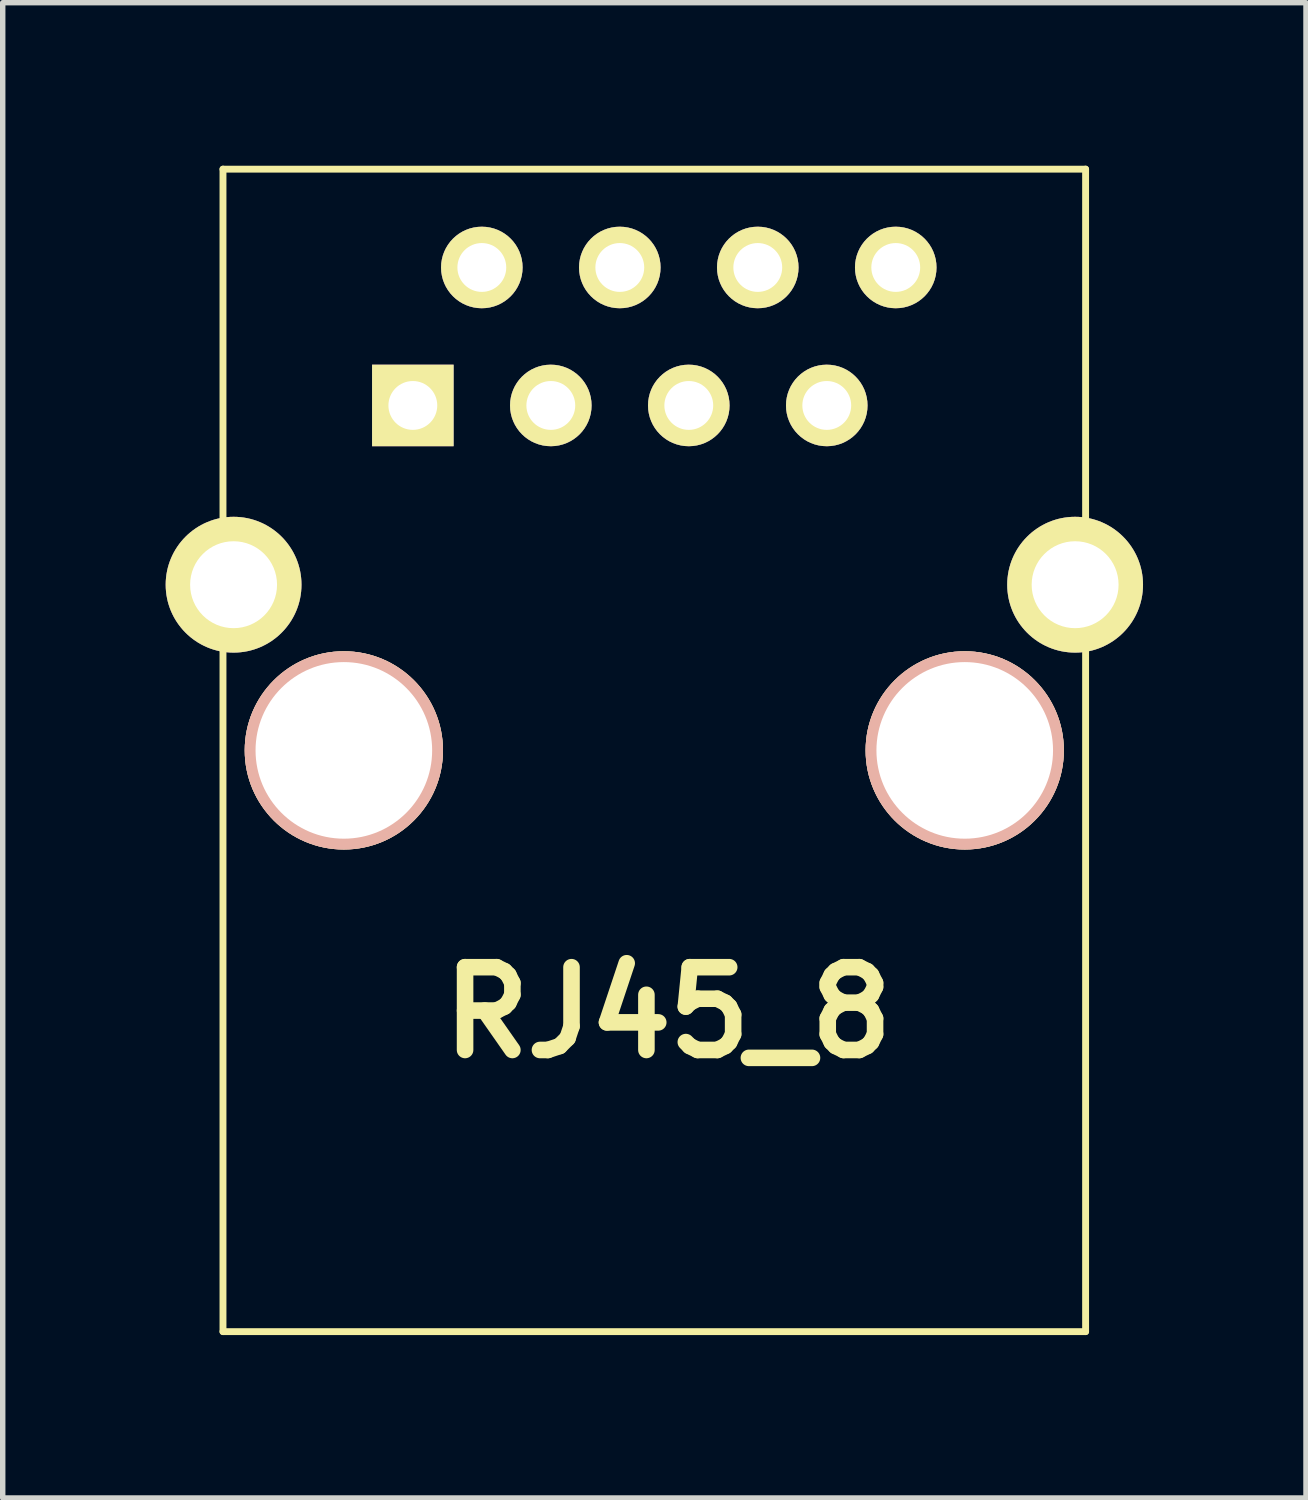
<source format=kicad_pcb>
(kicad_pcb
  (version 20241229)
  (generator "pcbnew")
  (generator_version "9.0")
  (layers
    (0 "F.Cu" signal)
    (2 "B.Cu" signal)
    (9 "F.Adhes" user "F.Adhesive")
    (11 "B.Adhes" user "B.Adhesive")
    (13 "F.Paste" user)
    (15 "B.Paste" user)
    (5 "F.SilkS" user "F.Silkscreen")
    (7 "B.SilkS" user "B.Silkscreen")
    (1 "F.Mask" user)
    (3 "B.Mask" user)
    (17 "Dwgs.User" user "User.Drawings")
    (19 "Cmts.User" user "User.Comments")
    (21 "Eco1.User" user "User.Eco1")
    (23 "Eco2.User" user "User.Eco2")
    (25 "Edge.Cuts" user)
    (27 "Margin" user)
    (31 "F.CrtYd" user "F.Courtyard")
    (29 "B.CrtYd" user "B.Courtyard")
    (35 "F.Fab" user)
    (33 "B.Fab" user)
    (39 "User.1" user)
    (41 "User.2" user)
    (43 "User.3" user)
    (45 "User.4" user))
  (footprint "RJ45_8"
    (layer "F.Cu")
    (at 8.995 10.764)
    (property "Reference" "RJ45_8" (at 0.254 4.826 0) (layer "F.SilkS") (effects (font (size 1.524 1.524) (thickness 0.305))))
    (attr through_hole)
    (fp_line (start -7.94 -10.7) (end -7.94 10.7) (stroke (width 0.127) (type solid)) (layer "F.SilkS"))
    (fp_line (start -7.94 10.7) (end 7.94 10.7) (stroke (width 0.127) (type solid)) (layer "F.SilkS"))
    (fp_line (start 7.94 -10.7) (end -7.94 -10.7) (stroke (width 0.127) (type solid)) (layer "F.SilkS"))
    (fp_line (start 7.94 10.7) (end 7.94 -10.7) (stroke (width 0.127) (type solid)) (layer "F.SilkS"))
    (pad "" np_thru_hole circle (at -5.715 0) (size 3.65 3.65) (drill 3.251) (layers "*.Cu" "*.SilkS" "*.Mask"))
    (pad "" np_thru_hole circle (at 5.715 0) (size 3.65 3.65) (drill 3.251) (layers "*.Cu" "*.SilkS" "*.Mask"))
    (pad "1" thru_hole rect (at -4.445 -6.35) (size 1.501 1.501) (drill 0.899) (layers "*.Cu" "*.Mask" "F.SilkS"))
    (pad "2" thru_hole circle (at -3.175 -8.89) (size 1.501 1.501) (drill 0.899) (layers "*.Cu" "*.Mask" "F.SilkS"))
    (pad "3" thru_hole circle (at -1.905 -6.35) (size 1.501 1.501) (drill 0.899) (layers "*.Cu" "*.Mask" "F.SilkS"))
    (pad "4" thru_hole circle (at -0.635 -8.89) (size 1.501 1.501) (drill 0.899) (layers "*.Cu" "*.Mask" "F.SilkS"))
    (pad "5" thru_hole circle (at 0.635 -6.35) (size 1.501 1.501) (drill 0.899) (layers "*.Cu" "*.Mask" "F.SilkS"))
    (pad "6" thru_hole circle (at 1.905 -8.89) (size 1.501 1.501) (drill 0.899) (layers "*.Cu" "*.Mask" "F.SilkS"))
    (pad "7" thru_hole circle (at 3.175 -6.35) (size 1.501 1.501) (drill 0.899) (layers "*.Cu" "*.Mask" "F.SilkS"))
    (pad "8" thru_hole circle (at 4.445 -8.89) (size 1.501 1.501) (drill 0.899) (layers "*.Cu" "*.Mask" "F.SilkS"))
    (pad "9" thru_hole circle (at -7.745 -3.05) (size 2.5 2.5) (drill 1.6) (layers "*.Cu" "*.Mask" "F.SilkS"))
    (pad "10" thru_hole circle (at 7.747 -3.05) (size 2.5 2.5) (drill 1.6) (layers "*.Cu" "*.Mask" "F.SilkS")))
  (gr_rect
    (start -3 -3)
    (end 20.992 24.527)
    (stroke (width 0.1) (type default))
    (fill no)
    (layer "Edge.Cuts")))
</source>
